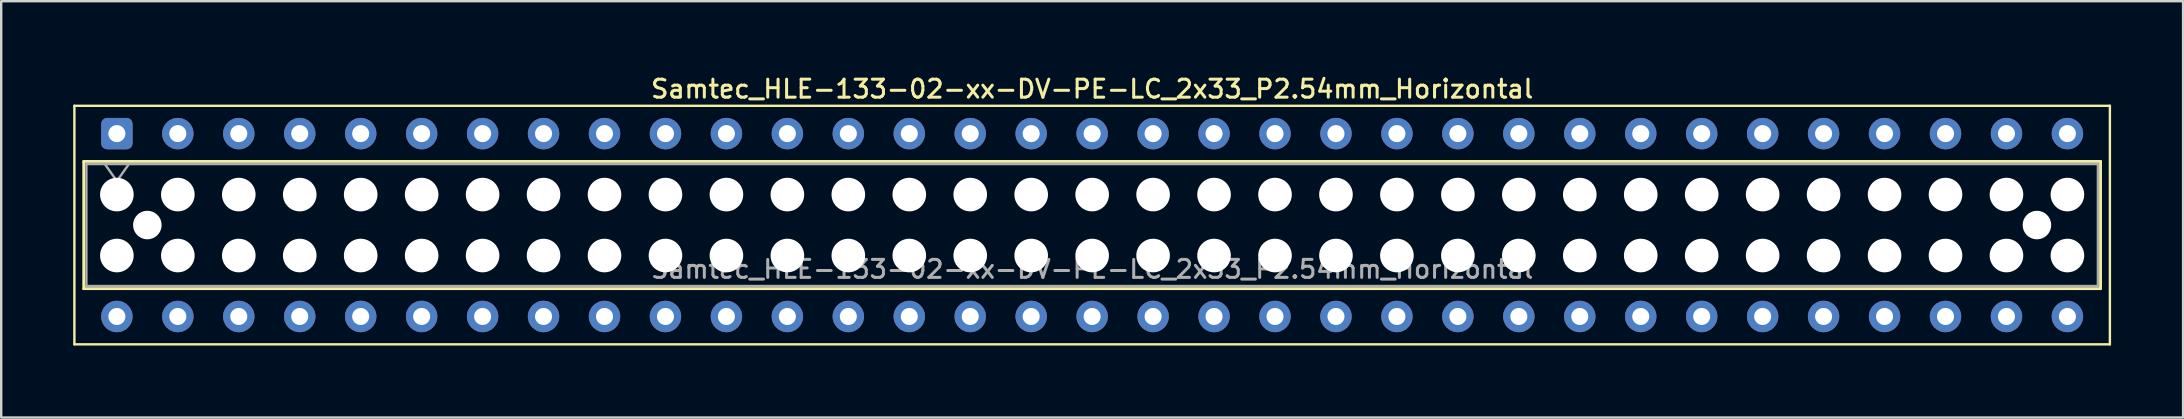
<source format=kicad_pcb>
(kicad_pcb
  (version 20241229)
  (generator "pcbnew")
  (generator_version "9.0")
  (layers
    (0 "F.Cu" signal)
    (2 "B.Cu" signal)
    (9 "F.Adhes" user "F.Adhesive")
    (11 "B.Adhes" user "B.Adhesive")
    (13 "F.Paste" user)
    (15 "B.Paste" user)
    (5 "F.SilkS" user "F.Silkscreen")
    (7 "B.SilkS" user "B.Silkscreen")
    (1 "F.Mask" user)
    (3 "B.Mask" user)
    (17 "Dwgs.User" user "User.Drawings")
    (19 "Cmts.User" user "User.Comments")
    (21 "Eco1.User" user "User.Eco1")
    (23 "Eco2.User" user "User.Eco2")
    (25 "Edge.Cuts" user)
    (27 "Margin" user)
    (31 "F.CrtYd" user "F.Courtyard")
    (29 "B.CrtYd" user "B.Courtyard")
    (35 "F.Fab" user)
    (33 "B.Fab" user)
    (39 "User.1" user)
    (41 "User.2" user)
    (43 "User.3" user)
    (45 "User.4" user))
  (footprint "Samtec_HLE-133-02-xx-DV-PE-LC_2x33_P2.54mm_Horizontal"
    (layer "F.Cu")
    (at 1.82 2.518)
    (property "Reference" "Samtec_HLE-133-02-xx-DV-PE-LC_2x33_P2.54mm_Horizontal" (at 40.64 -1.86 0) (layer "F.SilkS") (effects (font (size 0.75 0.75) (thickness 0.125))))
    (attr through_hole)
    (fp_line (start -1.77 -1.16) (end 83.05 -1.16) (stroke (width 0.1) (type solid)) (layer "F.SilkS"))
    (fp_line (start -1.77 8.78) (end -1.77 -1.16) (stroke (width 0.1) (type solid)) (layer "F.SilkS"))
    (fp_line (start -1.38 1.16) (end 82.66 1.16) (stroke (width 0.12) (type solid)) (layer "F.SilkS"))
    (fp_line (start -1.38 6.46) (end -1.38 1.16) (stroke (width 0.12) (type solid)) (layer "F.SilkS"))
    (fp_line (start 82.66 1.16) (end 82.66 6.46) (stroke (width 0.12) (type solid)) (layer "F.SilkS"))
    (fp_line (start 82.66 6.46) (end -1.38 6.46) (stroke (width 0.12) (type solid)) (layer "F.SilkS"))
    (fp_line (start 83.05 -1.16) (end 83.05 8.78) (stroke (width 0.1) (type solid)) (layer "F.SilkS"))
    (fp_line (start 83.05 8.78) (end -1.77 8.78) (stroke (width 0.1) (type solid)) (layer "F.SilkS"))
    (fp_line (start -1.27 1.27) (end 82.55 1.27) (stroke (width 0.1) (type solid)) (layer "F.Fab"))
    (fp_line (start -1.27 6.35) (end -1.27 1.27) (stroke (width 0.1) (type solid)) (layer "F.Fab"))
    (fp_line (start -0.5 1.27) (end 0 1.977) (stroke (width 0.1) (type solid)) (layer "F.Fab"))
    (fp_line (start 0 1.977) (end 0.5 1.27) (stroke (width 0.1) (type solid)) (layer "F.Fab"))
    (fp_line (start 82.55 1.27) (end 82.55 6.35) (stroke (width 0.1) (type solid)) (layer "F.Fab"))
    (fp_line (start 82.55 6.35) (end -1.27 6.35) (stroke (width 0.1) (type solid)) (layer "F.Fab"))
    (fp_text user "${REFERENCE}" (at 40.64 5.65 0) (layer "F.Fab") (effects (font (size 0.75 0.75) (thickness 0.125))))
    (pad "" np_thru_hole circle (at 0 2.54) (size 1.4 1.4) (drill 1.4) (layers "*.Cu" "*.Mask"))
    (pad "" np_thru_hole circle (at 0 5.08) (size 1.4 1.4) (drill 1.4) (layers "*.Cu" "*.Mask"))
    (pad "" np_thru_hole circle (at 1.27 3.81) (size 1.19 1.19) (drill 1.19) (layers "*.Cu" "*.Mask"))
    (pad "" np_thru_hole circle (at 2.54 2.54) (size 1.4 1.4) (drill 1.4) (layers "*.Cu" "*.Mask"))
    (pad "" np_thru_hole circle (at 2.54 5.08) (size 1.4 1.4) (drill 1.4) (layers "*.Cu" "*.Mask"))
    (pad "" np_thru_hole circle (at 5.08 2.54) (size 1.4 1.4) (drill 1.4) (layers "*.Cu" "*.Mask"))
    (pad "" np_thru_hole circle (at 5.08 5.08) (size 1.4 1.4) (drill 1.4) (layers "*.Cu" "*.Mask"))
    (pad "" np_thru_hole circle (at 7.62 2.54) (size 1.4 1.4) (drill 1.4) (layers "*.Cu" "*.Mask"))
    (pad "" np_thru_hole circle (at 7.62 5.08) (size 1.4 1.4) (drill 1.4) (layers "*.Cu" "*.Mask"))
    (pad "" np_thru_hole circle (at 10.16 2.54) (size 1.4 1.4) (drill 1.4) (layers "*.Cu" "*.Mask"))
    (pad "" np_thru_hole circle (at 10.16 5.08) (size 1.4 1.4) (drill 1.4) (layers "*.Cu" "*.Mask"))
    (pad "" np_thru_hole circle (at 12.7 2.54) (size 1.4 1.4) (drill 1.4) (layers "*.Cu" "*.Mask"))
    (pad "" np_thru_hole circle (at 12.7 5.08) (size 1.4 1.4) (drill 1.4) (layers "*.Cu" "*.Mask"))
    (pad "" np_thru_hole circle (at 15.24 2.54) (size 1.4 1.4) (drill 1.4) (layers "*.Cu" "*.Mask"))
    (pad "" np_thru_hole circle (at 15.24 5.08) (size 1.4 1.4) (drill 1.4) (layers "*.Cu" "*.Mask"))
    (pad "" np_thru_hole circle (at 17.78 2.54) (size 1.4 1.4) (drill 1.4) (layers "*.Cu" "*.Mask"))
    (pad "" np_thru_hole circle (at 17.78 5.08) (size 1.4 1.4) (drill 1.4) (layers "*.Cu" "*.Mask"))
    (pad "" np_thru_hole circle (at 20.32 2.54) (size 1.4 1.4) (drill 1.4) (layers "*.Cu" "*.Mask"))
    (pad "" np_thru_hole circle (at 20.32 5.08) (size 1.4 1.4) (drill 1.4) (layers "*.Cu" "*.Mask"))
    (pad "" np_thru_hole circle (at 22.86 2.54) (size 1.4 1.4) (drill 1.4) (layers "*.Cu" "*.Mask"))
    (pad "" np_thru_hole circle (at 22.86 5.08) (size 1.4 1.4) (drill 1.4) (layers "*.Cu" "*.Mask"))
    (pad "" np_thru_hole circle (at 25.4 2.54) (size 1.4 1.4) (drill 1.4) (layers "*.Cu" "*.Mask"))
    (pad "" np_thru_hole circle (at 25.4 5.08) (size 1.4 1.4) (drill 1.4) (layers "*.Cu" "*.Mask"))
    (pad "" np_thru_hole circle (at 27.94 2.54) (size 1.4 1.4) (drill 1.4) (layers "*.Cu" "*.Mask"))
    (pad "" np_thru_hole circle (at 27.94 5.08) (size 1.4 1.4) (drill 1.4) (layers "*.Cu" "*.Mask"))
    (pad "" np_thru_hole circle (at 30.48 2.54) (size 1.4 1.4) (drill 1.4) (layers "*.Cu" "*.Mask"))
    (pad "" np_thru_hole circle (at 30.48 5.08) (size 1.4 1.4) (drill 1.4) (layers "*.Cu" "*.Mask"))
    (pad "" np_thru_hole circle (at 33.02 2.54) (size 1.4 1.4) (drill 1.4) (layers "*.Cu" "*.Mask"))
    (pad "" np_thru_hole circle (at 33.02 5.08) (size 1.4 1.4) (drill 1.4) (layers "*.Cu" "*.Mask"))
    (pad "" np_thru_hole circle (at 35.56 2.54) (size 1.4 1.4) (drill 1.4) (layers "*.Cu" "*.Mask"))
    (pad "" np_thru_hole circle (at 35.56 5.08) (size 1.4 1.4) (drill 1.4) (layers "*.Cu" "*.Mask"))
    (pad "" np_thru_hole circle (at 38.1 2.54) (size 1.4 1.4) (drill 1.4) (layers "*.Cu" "*.Mask"))
    (pad "" np_thru_hole circle (at 38.1 5.08) (size 1.4 1.4) (drill 1.4) (layers "*.Cu" "*.Mask"))
    (pad "" np_thru_hole circle (at 40.64 2.54) (size 1.4 1.4) (drill 1.4) (layers "*.Cu" "*.Mask"))
    (pad "" np_thru_hole circle (at 40.64 5.08) (size 1.4 1.4) (drill 1.4) (layers "*.Cu" "*.Mask"))
    (pad "" np_thru_hole circle (at 43.18 2.54) (size 1.4 1.4) (drill 1.4) (layers "*.Cu" "*.Mask"))
    (pad "" np_thru_hole circle (at 43.18 5.08) (size 1.4 1.4) (drill 1.4) (layers "*.Cu" "*.Mask"))
    (pad "" np_thru_hole circle (at 45.72 2.54) (size 1.4 1.4) (drill 1.4) (layers "*.Cu" "*.Mask"))
    (pad "" np_thru_hole circle (at 45.72 5.08) (size 1.4 1.4) (drill 1.4) (layers "*.Cu" "*.Mask"))
    (pad "" np_thru_hole circle (at 48.26 2.54) (size 1.4 1.4) (drill 1.4) (layers "*.Cu" "*.Mask"))
    (pad "" np_thru_hole circle (at 48.26 5.08) (size 1.4 1.4) (drill 1.4) (layers "*.Cu" "*.Mask"))
    (pad "" np_thru_hole circle (at 50.8 2.54) (size 1.4 1.4) (drill 1.4) (layers "*.Cu" "*.Mask"))
    (pad "" np_thru_hole circle (at 50.8 5.08) (size 1.4 1.4) (drill 1.4) (layers "*.Cu" "*.Mask"))
    (pad "" np_thru_hole circle (at 53.34 2.54) (size 1.4 1.4) (drill 1.4) (layers "*.Cu" "*.Mask"))
    (pad "" np_thru_hole circle (at 53.34 5.08) (size 1.4 1.4) (drill 1.4) (layers "*.Cu" "*.Mask"))
    (pad "" np_thru_hole circle (at 55.88 2.54) (size 1.4 1.4) (drill 1.4) (layers "*.Cu" "*.Mask"))
    (pad "" np_thru_hole circle (at 55.88 5.08) (size 1.4 1.4) (drill 1.4) (layers "*.Cu" "*.Mask"))
    (pad "" np_thru_hole circle (at 58.42 2.54) (size 1.4 1.4) (drill 1.4) (layers "*.Cu" "*.Mask"))
    (pad "" np_thru_hole circle (at 58.42 5.08) (size 1.4 1.4) (drill 1.4) (layers "*.Cu" "*.Mask"))
    (pad "" np_thru_hole circle (at 60.96 2.54) (size 1.4 1.4) (drill 1.4) (layers "*.Cu" "*.Mask"))
    (pad "" np_thru_hole circle (at 60.96 5.08) (size 1.4 1.4) (drill 1.4) (layers "*.Cu" "*.Mask"))
    (pad "" np_thru_hole circle (at 63.5 2.54) (size 1.4 1.4) (drill 1.4) (layers "*.Cu" "*.Mask"))
    (pad "" np_thru_hole circle (at 63.5 5.08) (size 1.4 1.4) (drill 1.4) (layers "*.Cu" "*.Mask"))
    (pad "" np_thru_hole circle (at 66.04 2.54) (size 1.4 1.4) (drill 1.4) (layers "*.Cu" "*.Mask"))
    (pad "" np_thru_hole circle (at 66.04 5.08) (size 1.4 1.4) (drill 1.4) (layers "*.Cu" "*.Mask"))
    (pad "" np_thru_hole circle (at 68.58 2.54) (size 1.4 1.4) (drill 1.4) (layers "*.Cu" "*.Mask"))
    (pad "" np_thru_hole circle (at 68.58 5.08) (size 1.4 1.4) (drill 1.4) (layers "*.Cu" "*.Mask"))
    (pad "" np_thru_hole circle (at 71.12 2.54) (size 1.4 1.4) (drill 1.4) (layers "*.Cu" "*.Mask"))
    (pad "" np_thru_hole circle (at 71.12 5.08) (size 1.4 1.4) (drill 1.4) (layers "*.Cu" "*.Mask"))
    (pad "" np_thru_hole circle (at 73.66 2.54) (size 1.4 1.4) (drill 1.4) (layers "*.Cu" "*.Mask"))
    (pad "" np_thru_hole circle (at 73.66 5.08) (size 1.4 1.4) (drill 1.4) (layers "*.Cu" "*.Mask"))
    (pad "" np_thru_hole circle (at 76.2 2.54) (size 1.4 1.4) (drill 1.4) (layers "*.Cu" "*.Mask"))
    (pad "" np_thru_hole circle (at 76.2 5.08) (size 1.4 1.4) (drill 1.4) (layers "*.Cu" "*.Mask"))
    (pad "" np_thru_hole circle (at 78.74 2.54) (size 1.4 1.4) (drill 1.4) (layers "*.Cu" "*.Mask"))
    (pad "" np_thru_hole circle (at 78.74 5.08) (size 1.4 1.4) (drill 1.4) (layers "*.Cu" "*.Mask"))
    (pad "" np_thru_hole circle (at 80.01 3.81) (size 1.19 1.19) (drill 1.19) (layers "*.Cu" "*.Mask"))
    (pad "" np_thru_hole circle (at 81.28 2.54) (size 1.4 1.4) (drill 1.4) (layers "*.Cu" "*.Mask"))
    (pad "" np_thru_hole circle (at 81.28 5.08) (size 1.4 1.4) (drill 1.4) (layers "*.Cu" "*.Mask"))
    (pad "1" thru_hole roundrect (at 0 0) (size 1.31 1.31) (drill 0.71) (layers "*.Cu" "*.Mask") (roundrect_rratio 0.191))
    (pad "2" thru_hole circle (at 0 7.62) (size 1.31 1.31) (drill 0.71) (layers "*.Cu" "*.Mask"))
    (pad "3" thru_hole circle (at 2.54 0) (size 1.31 1.31) (drill 0.71) (layers "*.Cu" "*.Mask"))
    (pad "4" thru_hole circle (at 2.54 7.62) (size 1.31 1.31) (drill 0.71) (layers "*.Cu" "*.Mask"))
    (pad "5" thru_hole circle (at 5.08 0) (size 1.31 1.31) (drill 0.71) (layers "*.Cu" "*.Mask"))
    (pad "6" thru_hole circle (at 5.08 7.62) (size 1.31 1.31) (drill 0.71) (layers "*.Cu" "*.Mask"))
    (pad "7" thru_hole circle (at 7.62 0) (size 1.31 1.31) (drill 0.71) (layers "*.Cu" "*.Mask"))
    (pad "8" thru_hole circle (at 7.62 7.62) (size 1.31 1.31) (drill 0.71) (layers "*.Cu" "*.Mask"))
    (pad "9" thru_hole circle (at 10.16 0) (size 1.31 1.31) (drill 0.71) (layers "*.Cu" "*.Mask"))
    (pad "10" thru_hole circle (at 10.16 7.62) (size 1.31 1.31) (drill 0.71) (layers "*.Cu" "*.Mask"))
    (pad "11" thru_hole circle (at 12.7 0) (size 1.31 1.31) (drill 0.71) (layers "*.Cu" "*.Mask"))
    (pad "12" thru_hole circle (at 12.7 7.62) (size 1.31 1.31) (drill 0.71) (layers "*.Cu" "*.Mask"))
    (pad "13" thru_hole circle (at 15.24 0) (size 1.31 1.31) (drill 0.71) (layers "*.Cu" "*.Mask"))
    (pad "14" thru_hole circle (at 15.24 7.62) (size 1.31 1.31) (drill 0.71) (layers "*.Cu" "*.Mask"))
    (pad "15" thru_hole circle (at 17.78 0) (size 1.31 1.31) (drill 0.71) (layers "*.Cu" "*.Mask"))
    (pad "16" thru_hole circle (at 17.78 7.62) (size 1.31 1.31) (drill 0.71) (layers "*.Cu" "*.Mask"))
    (pad "17" thru_hole circle (at 20.32 0) (size 1.31 1.31) (drill 0.71) (layers "*.Cu" "*.Mask"))
    (pad "18" thru_hole circle (at 20.32 7.62) (size 1.31 1.31) (drill 0.71) (layers "*.Cu" "*.Mask"))
    (pad "19" thru_hole circle (at 22.86 0) (size 1.31 1.31) (drill 0.71) (layers "*.Cu" "*.Mask"))
    (pad "20" thru_hole circle (at 22.86 7.62) (size 1.31 1.31) (drill 0.71) (layers "*.Cu" "*.Mask"))
    (pad "21" thru_hole circle (at 25.4 0) (size 1.31 1.31) (drill 0.71) (layers "*.Cu" "*.Mask"))
    (pad "22" thru_hole circle (at 25.4 7.62) (size 1.31 1.31) (drill 0.71) (layers "*.Cu" "*.Mask"))
    (pad "23" thru_hole circle (at 27.94 0) (size 1.31 1.31) (drill 0.71) (layers "*.Cu" "*.Mask"))
    (pad "24" thru_hole circle (at 27.94 7.62) (size 1.31 1.31) (drill 0.71) (layers "*.Cu" "*.Mask"))
    (pad "25" thru_hole circle (at 30.48 0) (size 1.31 1.31) (drill 0.71) (layers "*.Cu" "*.Mask"))
    (pad "26" thru_hole circle (at 30.48 7.62) (size 1.31 1.31) (drill 0.71) (layers "*.Cu" "*.Mask"))
    (pad "27" thru_hole circle (at 33.02 0) (size 1.31 1.31) (drill 0.71) (layers "*.Cu" "*.Mask"))
    (pad "28" thru_hole circle (at 33.02 7.62) (size 1.31 1.31) (drill 0.71) (layers "*.Cu" "*.Mask"))
    (pad "29" thru_hole circle (at 35.56 0) (size 1.31 1.31) (drill 0.71) (layers "*.Cu" "*.Mask"))
    (pad "30" thru_hole circle (at 35.56 7.62) (size 1.31 1.31) (drill 0.71) (layers "*.Cu" "*.Mask"))
    (pad "31" thru_hole circle (at 38.1 0) (size 1.31 1.31) (drill 0.71) (layers "*.Cu" "*.Mask"))
    (pad "32" thru_hole circle (at 38.1 7.62) (size 1.31 1.31) (drill 0.71) (layers "*.Cu" "*.Mask"))
    (pad "33" thru_hole circle (at 40.64 0) (size 1.31 1.31) (drill 0.71) (layers "*.Cu" "*.Mask"))
    (pad "34" thru_hole circle (at 40.64 7.62) (size 1.31 1.31) (drill 0.71) (layers "*.Cu" "*.Mask"))
    (pad "35" thru_hole circle (at 43.18 0) (size 1.31 1.31) (drill 0.71) (layers "*.Cu" "*.Mask"))
    (pad "36" thru_hole circle (at 43.18 7.62) (size 1.31 1.31) (drill 0.71) (layers "*.Cu" "*.Mask"))
    (pad "37" thru_hole circle (at 45.72 0) (size 1.31 1.31) (drill 0.71) (layers "*.Cu" "*.Mask"))
    (pad "38" thru_hole circle (at 45.72 7.62) (size 1.31 1.31) (drill 0.71) (layers "*.Cu" "*.Mask"))
    (pad "39" thru_hole circle (at 48.26 0) (size 1.31 1.31) (drill 0.71) (layers "*.Cu" "*.Mask"))
    (pad "40" thru_hole circle (at 48.26 7.62) (size 1.31 1.31) (drill 0.71) (layers "*.Cu" "*.Mask"))
    (pad "41" thru_hole circle (at 50.8 0) (size 1.31 1.31) (drill 0.71) (layers "*.Cu" "*.Mask"))
    (pad "42" thru_hole circle (at 50.8 7.62) (size 1.31 1.31) (drill 0.71) (layers "*.Cu" "*.Mask"))
    (pad "43" thru_hole circle (at 53.34 0) (size 1.31 1.31) (drill 0.71) (layers "*.Cu" "*.Mask"))
    (pad "44" thru_hole circle (at 53.34 7.62) (size 1.31 1.31) (drill 0.71) (layers "*.Cu" "*.Mask"))
    (pad "45" thru_hole circle (at 55.88 0) (size 1.31 1.31) (drill 0.71) (layers "*.Cu" "*.Mask"))
    (pad "46" thru_hole circle (at 55.88 7.62) (size 1.31 1.31) (drill 0.71) (layers "*.Cu" "*.Mask"))
    (pad "47" thru_hole circle (at 58.42 0) (size 1.31 1.31) (drill 0.71) (layers "*.Cu" "*.Mask"))
    (pad "48" thru_hole circle (at 58.42 7.62) (size 1.31 1.31) (drill 0.71) (layers "*.Cu" "*.Mask"))
    (pad "49" thru_hole circle (at 60.96 0) (size 1.31 1.31) (drill 0.71) (layers "*.Cu" "*.Mask"))
    (pad "50" thru_hole circle (at 60.96 7.62) (size 1.31 1.31) (drill 0.71) (layers "*.Cu" "*.Mask"))
    (pad "51" thru_hole circle (at 63.5 0) (size 1.31 1.31) (drill 0.71) (layers "*.Cu" "*.Mask"))
    (pad "52" thru_hole circle (at 63.5 7.62) (size 1.31 1.31) (drill 0.71) (layers "*.Cu" "*.Mask"))
    (pad "53" thru_hole circle (at 66.04 0) (size 1.31 1.31) (drill 0.71) (layers "*.Cu" "*.Mask"))
    (pad "54" thru_hole circle (at 66.04 7.62) (size 1.31 1.31) (drill 0.71) (layers "*.Cu" "*.Mask"))
    (pad "55" thru_hole circle (at 68.58 0) (size 1.31 1.31) (drill 0.71) (layers "*.Cu" "*.Mask"))
    (pad "56" thru_hole circle (at 68.58 7.62) (size 1.31 1.31) (drill 0.71) (layers "*.Cu" "*.Mask"))
    (pad "57" thru_hole circle (at 71.12 0) (size 1.31 1.31) (drill 0.71) (layers "*.Cu" "*.Mask"))
    (pad "58" thru_hole circle (at 71.12 7.62) (size 1.31 1.31) (drill 0.71) (layers "*.Cu" "*.Mask"))
    (pad "59" thru_hole circle (at 73.66 0) (size 1.31 1.31) (drill 0.71) (layers "*.Cu" "*.Mask"))
    (pad "60" thru_hole circle (at 73.66 7.62) (size 1.31 1.31) (drill 0.71) (layers "*.Cu" "*.Mask"))
    (pad "61" thru_hole circle (at 76.2 0) (size 1.31 1.31) (drill 0.71) (layers "*.Cu" "*.Mask"))
    (pad "62" thru_hole circle (at 76.2 7.62) (size 1.31 1.31) (drill 0.71) (layers "*.Cu" "*.Mask"))
    (pad "63" thru_hole circle (at 78.74 0) (size 1.31 1.31) (drill 0.71) (layers "*.Cu" "*.Mask"))
    (pad "64" thru_hole circle (at 78.74 7.62) (size 1.31 1.31) (drill 0.71) (layers "*.Cu" "*.Mask"))
    (pad "65" thru_hole circle (at 81.28 0) (size 1.31 1.31) (drill 0.71) (layers "*.Cu" "*.Mask"))
    (pad "66" thru_hole circle (at 81.28 7.62) (size 1.31 1.31) (drill 0.71) (layers "*.Cu" "*.Mask")))
  (gr_rect
    (start -3 -3)
    (end 87.92 14.348)
    (stroke (width 0.1) (type default))
    (fill no)
    (layer "Edge.Cuts")))
</source>
